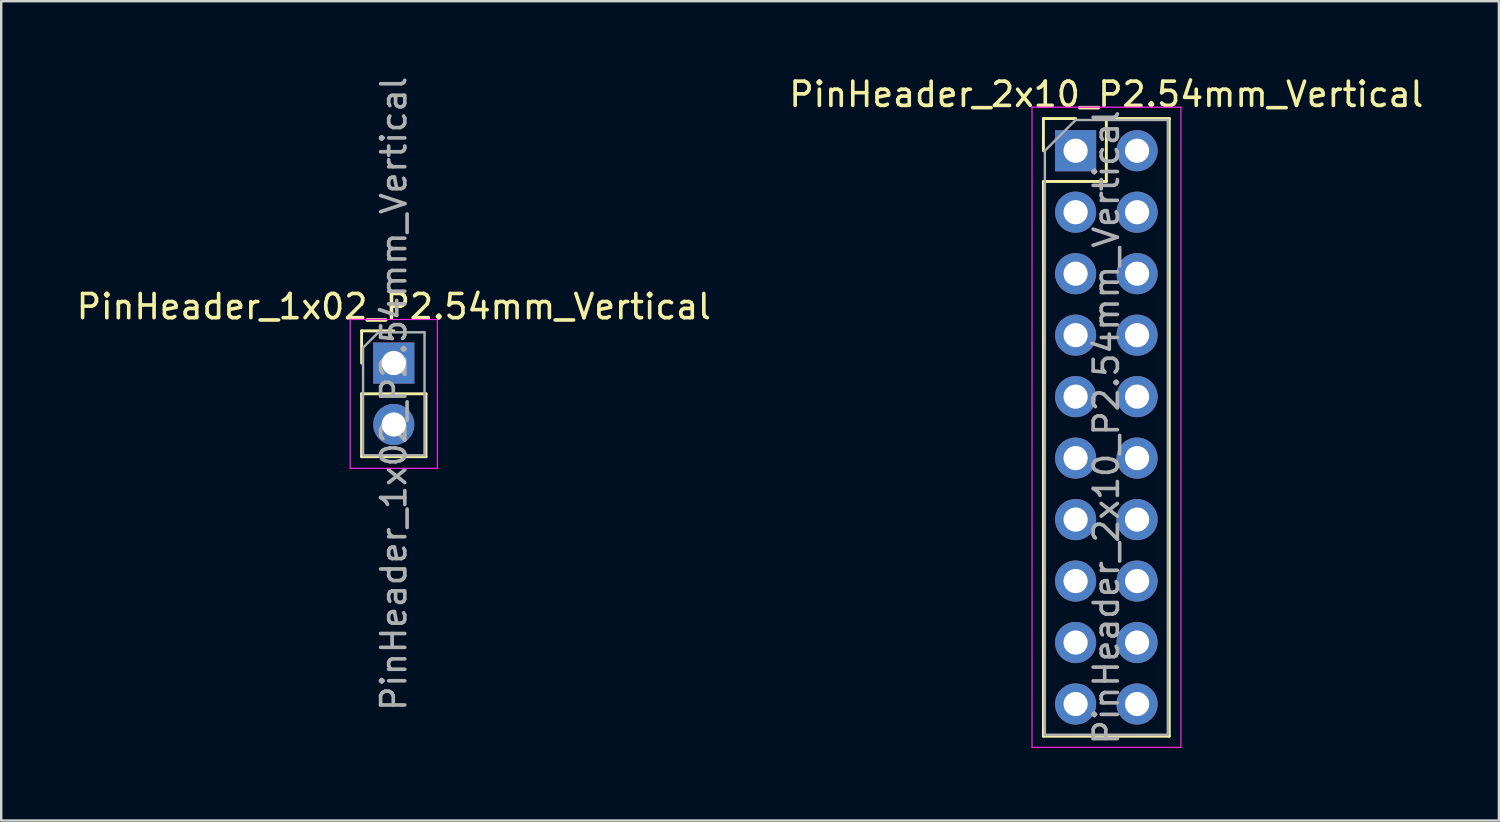
<source format=kicad_pcb>
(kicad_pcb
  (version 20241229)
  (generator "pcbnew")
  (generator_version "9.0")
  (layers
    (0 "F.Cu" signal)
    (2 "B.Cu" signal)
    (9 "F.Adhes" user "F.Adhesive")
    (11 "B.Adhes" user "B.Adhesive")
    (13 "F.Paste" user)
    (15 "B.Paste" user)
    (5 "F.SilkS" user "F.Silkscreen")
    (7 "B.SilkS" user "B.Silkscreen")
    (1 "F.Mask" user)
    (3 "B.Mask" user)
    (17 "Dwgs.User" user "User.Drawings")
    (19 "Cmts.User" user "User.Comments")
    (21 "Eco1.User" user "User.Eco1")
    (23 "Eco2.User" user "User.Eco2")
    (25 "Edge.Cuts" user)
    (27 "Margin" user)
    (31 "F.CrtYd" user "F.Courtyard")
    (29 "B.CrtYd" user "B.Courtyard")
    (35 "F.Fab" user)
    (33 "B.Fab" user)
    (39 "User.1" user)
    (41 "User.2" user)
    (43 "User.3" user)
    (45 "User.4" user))
  (footprint "PinHeader_2x10_P2.54mm_Vertical"
    (layer "F.Cu")
    (at 41.391 3.178)
    (property "Reference" "PinHeader_2x10_P2.54mm_Vertical" (at 1.27 -2.33 0) (layer "F.SilkS") (effects (font (size 1 1) (thickness 0.15))))
    (attr through_hole)
    (fp_line (start -1.33 -1.33) (end 0 -1.33) (stroke (width 0.12) (type solid)) (layer "F.SilkS"))
    (fp_line (start -1.33 0) (end -1.33 -1.33) (stroke (width 0.12) (type solid)) (layer "F.SilkS"))
    (fp_line (start -1.33 1.27) (end -1.33 24.19) (stroke (width 0.12) (type solid)) (layer "F.SilkS"))
    (fp_line (start -1.33 1.27) (end 1.27 1.27) (stroke (width 0.12) (type solid)) (layer "F.SilkS"))
    (fp_line (start -1.33 24.19) (end 3.87 24.19) (stroke (width 0.12) (type solid)) (layer "F.SilkS"))
    (fp_line (start 1.27 -1.33) (end 3.87 -1.33) (stroke (width 0.12) (type solid)) (layer "F.SilkS"))
    (fp_line (start 1.27 1.27) (end 1.27 -1.33) (stroke (width 0.12) (type solid)) (layer "F.SilkS"))
    (fp_line (start 3.87 -1.33) (end 3.87 24.19) (stroke (width 0.12) (type solid)) (layer "F.SilkS"))
    (fp_line (start -1.8 -1.8) (end -1.8 24.65) (stroke (width 0.05) (type solid)) (layer "F.CrtYd"))
    (fp_line (start -1.8 24.65) (end 4.35 24.65) (stroke (width 0.05) (type solid)) (layer "F.CrtYd"))
    (fp_line (start 4.35 -1.8) (end -1.8 -1.8) (stroke (width 0.05) (type solid)) (layer "F.CrtYd"))
    (fp_line (start 4.35 24.65) (end 4.35 -1.8) (stroke (width 0.05) (type solid)) (layer "F.CrtYd"))
    (fp_line (start -1.27 0) (end 0 -1.27) (stroke (width 0.1) (type solid)) (layer "F.Fab"))
    (fp_line (start -1.27 24.13) (end -1.27 0) (stroke (width 0.1) (type solid)) (layer "F.Fab"))
    (fp_line (start 0 -1.27) (end 3.81 -1.27) (stroke (width 0.1) (type solid)) (layer "F.Fab"))
    (fp_line (start 3.81 -1.27) (end 3.81 24.13) (stroke (width 0.1) (type solid)) (layer "F.Fab"))
    (fp_line (start 3.81 24.13) (end -1.27 24.13) (stroke (width 0.1) (type solid)) (layer "F.Fab"))
    (fp_text user "${REFERENCE}" (at 1.27 11.43 90) (layer "F.Fab") (effects (font (size 1 1) (thickness 0.15))))
    (pad "1" thru_hole rect (at 0 0) (size 1.7 1.7) (drill 1) (layers "*.Cu" "*.Mask"))
    (pad "2" thru_hole oval (at 2.54 0) (size 1.7 1.7) (drill 1) (layers "*.Cu" "*.Mask"))
    (pad "3" thru_hole oval (at 0 2.54) (size 1.7 1.7) (drill 1) (layers "*.Cu" "*.Mask"))
    (pad "4" thru_hole oval (at 2.54 2.54) (size 1.7 1.7) (drill 1) (layers "*.Cu" "*.Mask"))
    (pad "5" thru_hole oval (at 0 5.08) (size 1.7 1.7) (drill 1) (layers "*.Cu" "*.Mask"))
    (pad "6" thru_hole oval (at 2.54 5.08) (size 1.7 1.7) (drill 1) (layers "*.Cu" "*.Mask"))
    (pad "7" thru_hole oval (at 0 7.62) (size 1.7 1.7) (drill 1) (layers "*.Cu" "*.Mask"))
    (pad "8" thru_hole oval (at 2.54 7.62) (size 1.7 1.7) (drill 1) (layers "*.Cu" "*.Mask"))
    (pad "9" thru_hole oval (at 0 10.16) (size 1.7 1.7) (drill 1) (layers "*.Cu" "*.Mask"))
    (pad "10" thru_hole oval (at 2.54 10.16) (size 1.7 1.7) (drill 1) (layers "*.Cu" "*.Mask"))
    (pad "11" thru_hole oval (at 0 12.7) (size 1.7 1.7) (drill 1) (layers "*.Cu" "*.Mask"))
    (pad "12" thru_hole oval (at 2.54 12.7) (size 1.7 1.7) (drill 1) (layers "*.Cu" "*.Mask"))
    (pad "13" thru_hole oval (at 0 15.24) (size 1.7 1.7) (drill 1) (layers "*.Cu" "*.Mask"))
    (pad "14" thru_hole oval (at 2.54 15.24) (size 1.7 1.7) (drill 1) (layers "*.Cu" "*.Mask"))
    (pad "15" thru_hole oval (at 0 17.78) (size 1.7 1.7) (drill 1) (layers "*.Cu" "*.Mask"))
    (pad "16" thru_hole oval (at 2.54 17.78) (size 1.7 1.7) (drill 1) (layers "*.Cu" "*.Mask"))
    (pad "17" thru_hole oval (at 0 20.32) (size 1.7 1.7) (drill 1) (layers "*.Cu" "*.Mask"))
    (pad "18" thru_hole oval (at 2.54 20.32) (size 1.7 1.7) (drill 1) (layers "*.Cu" "*.Mask"))
    (pad "19" thru_hole oval (at 0 22.86) (size 1.7 1.7) (drill 1) (layers "*.Cu" "*.Mask"))
    (pad "20" thru_hole oval (at 2.54 22.86) (size 1.7 1.7) (drill 1) (layers "*.Cu" "*.Mask")))
  (footprint "PinHeader_1x02_P2.54mm_Vertical"
    (layer "F.Cu")
    (at 13.22 11.95)
    (property "Reference" "PinHeader_1x02_P2.54mm_Vertical" (at 0 -2.33 0) (layer "F.SilkS") (effects (font (size 1 1) (thickness 0.15))))
    (attr through_hole)
    (fp_line (start -1.33 -1.33) (end 0 -1.33) (stroke (width 0.12) (type solid)) (layer "F.SilkS"))
    (fp_line (start -1.33 0) (end -1.33 -1.33) (stroke (width 0.12) (type solid)) (layer "F.SilkS"))
    (fp_line (start -1.33 1.27) (end -1.33 3.87) (stroke (width 0.12) (type solid)) (layer "F.SilkS"))
    (fp_line (start -1.33 1.27) (end 1.33 1.27) (stroke (width 0.12) (type solid)) (layer "F.SilkS"))
    (fp_line (start -1.33 3.87) (end 1.33 3.87) (stroke (width 0.12) (type solid)) (layer "F.SilkS"))
    (fp_line (start 1.33 1.27) (end 1.33 3.87) (stroke (width 0.12) (type solid)) (layer "F.SilkS"))
    (fp_line (start -1.8 -1.8) (end -1.8 4.35) (stroke (width 0.05) (type solid)) (layer "F.CrtYd"))
    (fp_line (start -1.8 4.35) (end 1.8 4.35) (stroke (width 0.05) (type solid)) (layer "F.CrtYd"))
    (fp_line (start 1.8 -1.8) (end -1.8 -1.8) (stroke (width 0.05) (type solid)) (layer "F.CrtYd"))
    (fp_line (start 1.8 4.35) (end 1.8 -1.8) (stroke (width 0.05) (type solid)) (layer "F.CrtYd"))
    (fp_line (start -1.27 -0.635) (end -0.635 -1.27) (stroke (width 0.1) (type solid)) (layer "F.Fab"))
    (fp_line (start -1.27 3.81) (end -1.27 -0.635) (stroke (width 0.1) (type solid)) (layer "F.Fab"))
    (fp_line (start -0.635 -1.27) (end 1.27 -1.27) (stroke (width 0.1) (type solid)) (layer "F.Fab"))
    (fp_line (start 1.27 -1.27) (end 1.27 3.81) (stroke (width 0.1) (type solid)) (layer "F.Fab"))
    (fp_line (start 1.27 3.81) (end -1.27 3.81) (stroke (width 0.1) (type solid)) (layer "F.Fab"))
    (fp_text user "${REFERENCE}" (at 0 1.27 90) (layer "F.Fab") (effects (font (size 1 1) (thickness 0.15))))
    (pad "1" thru_hole rect (at 0 0) (size 1.7 1.7) (drill 1) (layers "*.Cu" "*.Mask"))
    (pad "2" thru_hole oval (at 0 2.54) (size 1.7 1.7) (drill 1) (layers "*.Cu" "*.Mask")))
  (gr_rect
    (start -3 -3)
    (end 58.881 30.853)
    (stroke (width 0.1) (type default))
    (fill no)
    (layer "Edge.Cuts")))
</source>
